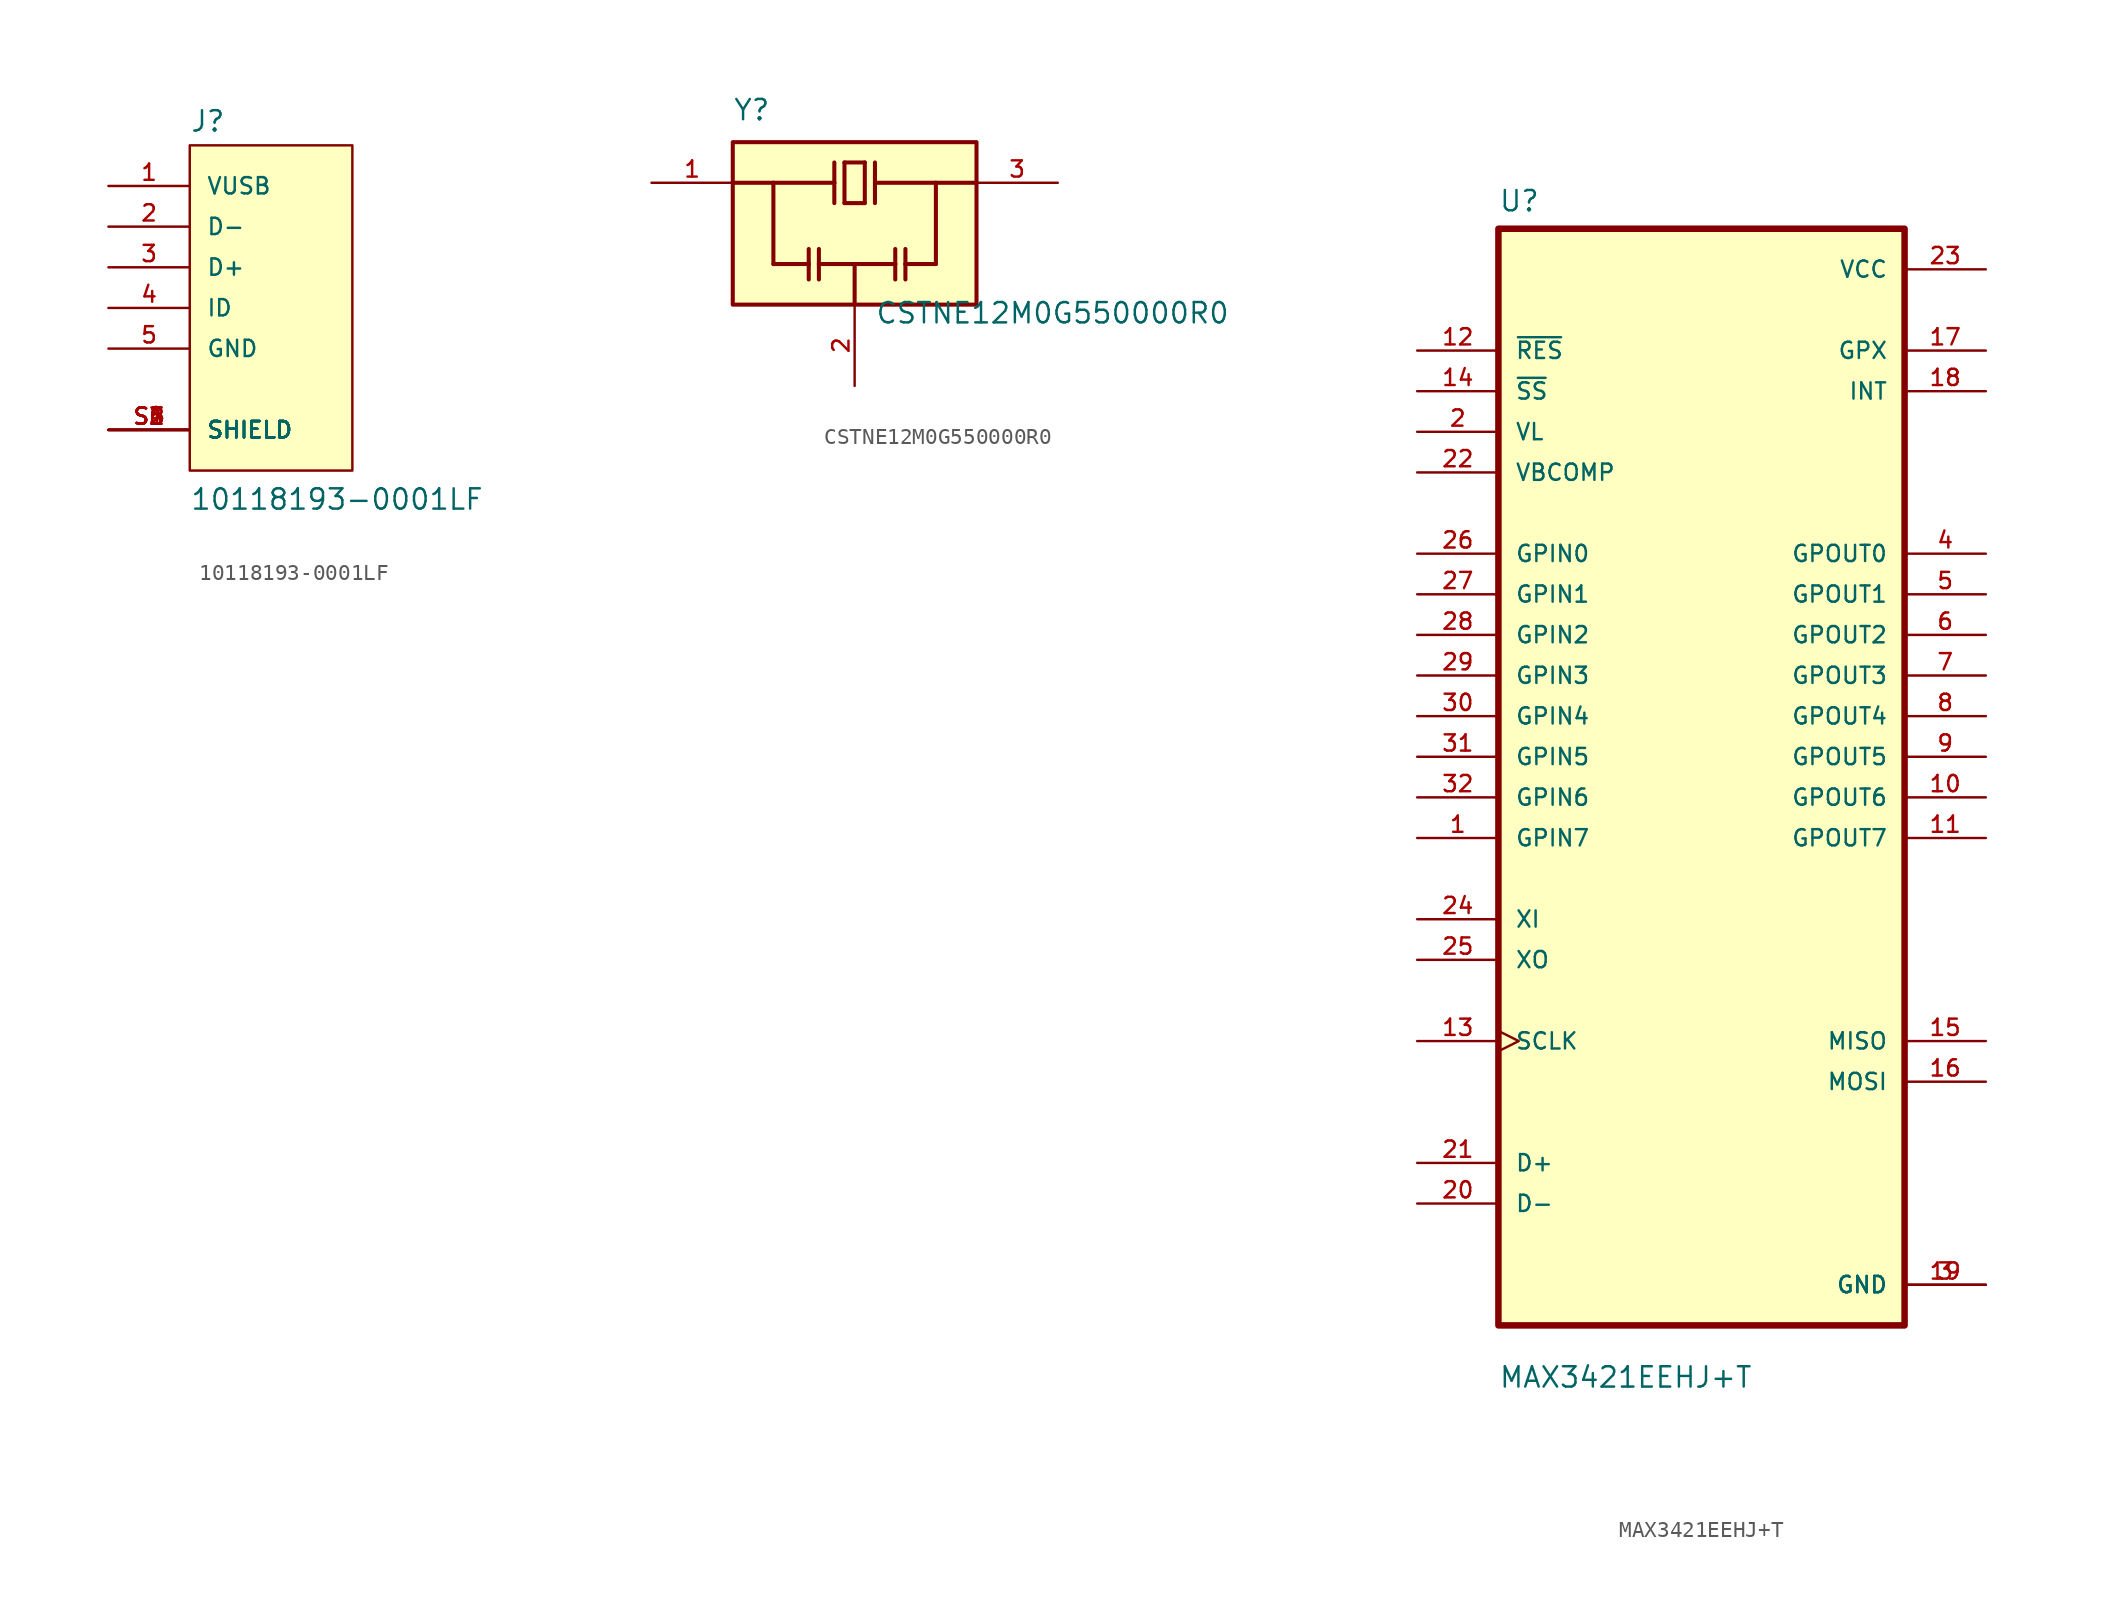
<source format=kicad_sym>
(kicad_symbol_lib
  (version 20211014)
  (generator kicad_symbol_editor)
  (symbol "10118193-0001LF"
    (pin_names
      (offset 1.016))
    (property "Reference" "J"
      (at -5.08 10.922 0)
      (effects (font (size 1.27 1.27)) (justify left bottom)))
    (property "Value" "10118193-0001LF"
      (at -5.08 -12.7 0)
      (effects (font (size 1.27 1.27)) (justify left bottom)))
    (property "ki_locked" ""
      (at 0 0 0)
      (effects (font (size 1.27 1.27))))
    (symbol "10118193-0001LF_0_0"
      (rectangle (start -5.08 -10.16) (end 5.08 10.16) (stroke (width 0.152) (type default) (color 0 0 0 0)) (fill (type background)))
      (pin passive line (at -10.16 7.62 0) (length 5.08) (name "VUSB" (effects (font (size 1.016 1.016)))) (number "1" (effects (font (size 1.016 1.016)))))
      (pin passive line (at -10.16 5.08 0) (length 5.08) (name "D-" (effects (font (size 1.016 1.016)))) (number "2" (effects (font (size 1.016 1.016)))))
      (pin passive line (at -10.16 2.54 0) (length 5.08) (name "D+" (effects (font (size 1.016 1.016)))) (number "3" (effects (font (size 1.016 1.016)))))
      (pin passive line (at -10.16 0 0) (length 5.08) (name "ID" (effects (font (size 1.016 1.016)))) (number "4" (effects (font (size 1.016 1.016)))))
      (pin passive line (at -10.16 -2.54 0) (length 5.08) (name "GND" (effects (font (size 1.016 1.016)))) (number "5" (effects (font (size 1.016 1.016)))))
      (pin passive line (at -10.16 -7.62 0) (length 5.08) (name "SHIELD" (effects (font (size 1.016 1.016)))) (number "S1" (effects (font (size 1.016 1.016)))))
      (pin passive line (at -10.16 -7.62 0) (length 5.08) (name "SHIELD" (effects (font (size 1.016 1.016)))) (number "S2" (effects (font (size 1.016 1.016)))))
      (pin passive line (at -10.16 -7.62 0) (length 5.08) (name "SHIELD" (effects (font (size 1.016 1.016)))) (number "S3" (effects (font (size 1.016 1.016)))))
      (pin passive line (at -10.16 -7.62 0) (length 5.08) (name "SHIELD" (effects (font (size 1.016 1.016)))) (number "S4" (effects (font (size 1.016 1.016)))))
      (pin passive line (at -10.16 -7.62 0) (length 5.08) (name "SHIELD" (effects (font (size 1.016 1.016)))) (number "S5" (effects (font (size 1.016 1.016)))))
      (pin passive line (at -10.16 -7.62 0) (length 5.08) (name "SHIELD" (effects (font (size 1.016 1.016)))) (number "S6" (effects (font (size 1.016 1.016)))))))
  (symbol "CSTNE12M0G550000R0"
    (pin_names
      (offset 1.016) hide)
    (property "Reference" "Y"
      (at -7.62 6.35 0)
      (effects (font (size 1.27 1.27)) (justify left bottom)))
    (property "Value" "CSTNE12M0G550000R0"
      (at 1.27 -6.35 0)
      (effects (font (size 1.27 1.27)) (justify left bottom)))
    (property "ki_locked" ""
      (at 0 0 0)
      (effects (font (size 1.27 1.27))))
    (symbol "CSTNE12M0G550000R0_0_0"
      (rectangle (start -7.62 -5.08) (end 7.62 5.08) (stroke (width 0.254) (type default) (color 0 0 0 0)) (fill (type background)))
      (polyline (pts (xy -7.62 2.54) (xy -5.08 2.54)) (stroke (width 0.254) (type default) (color 0 0 0 0)) (fill (type none)))
      (polyline (pts (xy -5.08 -2.54) (xy -5.08 2.54)) (stroke (width 0.254) (type default) (color 0 0 0 0)) (fill (type none)))
      (polyline (pts (xy -5.08 2.54) (xy -1.27 2.54)) (stroke (width 0.254) (type default) (color 0 0 0 0)) (fill (type none)))
      (polyline (pts (xy -2.87 -2.54) (xy -5.08 -2.54)) (stroke (width 0.254) (type default) (color 0 0 0 0)) (fill (type none)))
      (polyline (pts (xy -2.87 -2.54) (xy -2.87 -3.505)) (stroke (width 0.254) (type default) (color 0 0 0 0)) (fill (type none)))
      (polyline (pts (xy -2.87 -1.6) (xy -2.87 -2.54)) (stroke (width 0.254) (type default) (color 0 0 0 0)) (fill (type none)))
      (polyline (pts (xy -2.235 -2.54) (xy -2.235 -3.505)) (stroke (width 0.254) (type default) (color 0 0 0 0)) (fill (type none)))
      (polyline (pts (xy -2.235 -1.6) (xy -2.235 -2.54)) (stroke (width 0.254) (type default) (color 0 0 0 0)) (fill (type none)))
      (polyline (pts (xy -1.27 2.54) (xy -1.27 1.27)) (stroke (width 0.254) (type default) (color 0 0 0 0)) (fill (type none)))
      (polyline (pts (xy -1.27 3.81) (xy -1.27 2.54)) (stroke (width 0.254) (type default) (color 0 0 0 0)) (fill (type none)))
      (polyline (pts (xy -0.635 1.27) (xy -0.635 3.81)) (stroke (width 0.254) (type default) (color 0 0 0 0)) (fill (type none)))
      (polyline (pts (xy -0.635 3.81) (xy 0.635 3.81)) (stroke (width 0.254) (type default) (color 0 0 0 0)) (fill (type none)))
      (polyline (pts (xy 0 -5.08) (xy 0 -2.54)) (stroke (width 0.254) (type default) (color 0 0 0 0)) (fill (type none)))
      (polyline (pts (xy 0 -2.54) (xy -2.235 -2.54)) (stroke (width 0.254) (type default) (color 0 0 0 0)) (fill (type none)))
      (polyline (pts (xy 0 -2.54) (xy 2.54 -2.54)) (stroke (width 0.254) (type default) (color 0 0 0 0)) (fill (type none)))
      (polyline (pts (xy 0.635 1.27) (xy -0.635 1.27)) (stroke (width 0.254) (type default) (color 0 0 0 0)) (fill (type none)))
      (polyline (pts (xy 0.635 3.81) (xy 0.635 1.27)) (stroke (width 0.254) (type default) (color 0 0 0 0)) (fill (type none)))
      (polyline (pts (xy 1.27 2.54) (xy 1.27 1.27)) (stroke (width 0.254) (type default) (color 0 0 0 0)) (fill (type none)))
      (polyline (pts (xy 1.27 2.54) (xy 5.08 2.54)) (stroke (width 0.254) (type default) (color 0 0 0 0)) (fill (type none)))
      (polyline (pts (xy 1.27 3.81) (xy 1.27 2.54)) (stroke (width 0.254) (type default) (color 0 0 0 0)) (fill (type none)))
      (polyline (pts (xy 2.54 -2.54) (xy 2.54 -3.505)) (stroke (width 0.254) (type default) (color 0 0 0 0)) (fill (type none)))
      (polyline (pts (xy 2.54 -1.6) (xy 2.54 -2.54)) (stroke (width 0.254) (type default) (color 0 0 0 0)) (fill (type none)))
      (polyline (pts (xy 3.175 -2.54) (xy 3.175 -3.505)) (stroke (width 0.254) (type default) (color 0 0 0 0)) (fill (type none)))
      (polyline (pts (xy 3.175 -2.54) (xy 5.08 -2.54)) (stroke (width 0.254) (type default) (color 0 0 0 0)) (fill (type none)))
      (polyline (pts (xy 3.175 -1.6) (xy 3.175 -2.54)) (stroke (width 0.254) (type default) (color 0 0 0 0)) (fill (type none)))
      (polyline (pts (xy 5.08 -2.54) (xy 5.08 2.54)) (stroke (width 0.254) (type default) (color 0 0 0 0)) (fill (type none)))
      (polyline (pts (xy 5.08 2.54) (xy 7.62 2.54)) (stroke (width 0.254) (type default) (color 0 0 0 0)) (fill (type none)))
      (pin input line (at -12.7 2.54 0) (length 5.08) (name "~" (effects (font (size 1.016 1.016)))) (number "1" (effects (font (size 1.016 1.016)))))
      (pin power_in line (at 0 -10.16 90) (length 5.08) (name "~" (effects (font (size 1.016 1.016)))) (number "2" (effects (font (size 1.016 1.016)))))
      (pin output line (at 12.7 2.54 180) (length 5.08) (name "~" (effects (font (size 1.016 1.016)))) (number "3" (effects (font (size 1.016 1.016)))))))
  (symbol "MAX3421EEHJ+T"
    (pin_names
      (offset 1.016))
    (property "Reference" "U"
      (at -12.7 34.011 0)
      (effects (font (size 1.27 1.27)) (justify left bottom)))
    (property "Value" "MAX3421EEHJ+T"
      (at -12.7 -39.548 0)
      (effects (font (size 1.27 1.27)) (justify left bottom)))
    (property "ki_locked" ""
      (at 0 0 0)
      (effects (font (size 1.27 1.27))))
    (symbol "MAX3421EEHJ+T_0_0"
      (rectangle (start -12.7 -35.56) (end 12.7 33.02) (stroke (width 0.406) (type default) (color 0 0 0 0)) (fill (type background)))
      (pin input line (at -17.78 -5.08 0) (length 5.08) (name "GPIN7" (effects (font (size 1.016 1.016)))) (number "1" (effects (font (size 1.016 1.016)))))
      (pin output line (at 17.78 -2.54 180) (length 5.08) (name "GPOUT6" (effects (font (size 1.016 1.016)))) (number "10" (effects (font (size 1.016 1.016)))))
      (pin output line (at 17.78 -5.08 180) (length 5.08) (name "GPOUT7" (effects (font (size 1.016 1.016)))) (number "11" (effects (font (size 1.016 1.016)))))
      (pin input line (at -17.78 25.4 0) (length 5.08) (name "~{RES}" (effects (font (size 1.016 1.016)))) (number "12" (effects (font (size 1.016 1.016)))))
      (pin input clock (at -17.78 -17.78 0) (length 5.08) (name "SCLK" (effects (font (size 1.016 1.016)))) (number "13" (effects (font (size 1.016 1.016)))))
      (pin input line (at -17.78 22.86 0) (length 5.08) (name "~{SS}" (effects (font (size 1.016 1.016)))) (number "14" (effects (font (size 1.016 1.016)))))
      (pin output line (at 17.78 -17.78 180) (length 5.08) (name "MISO" (effects (font (size 1.016 1.016)))) (number "15" (effects (font (size 1.016 1.016)))))
      (pin bidirectional line (at 17.78 -20.32 180) (length 5.08) (name "MOSI" (effects (font (size 1.016 1.016)))) (number "16" (effects (font (size 1.016 1.016)))))
      (pin output line (at 17.78 25.4 180) (length 5.08) (name "GPX" (effects (font (size 1.016 1.016)))) (number "17" (effects (font (size 1.016 1.016)))))
      (pin output line (at 17.78 22.86 180) (length 5.08) (name "INT" (effects (font (size 1.016 1.016)))) (number "18" (effects (font (size 1.016 1.016)))))
      (pin power_in line (at 17.78 -33.02 180) (length 5.08) (name "GND" (effects (font (size 1.016 1.016)))) (number "19" (effects (font (size 1.016 1.016)))))
      (pin input line (at -17.78 20.32 0) (length 5.08) (name "VL" (effects (font (size 1.016 1.016)))) (number "2" (effects (font (size 1.016 1.016)))))
      (pin bidirectional line (at -17.78 -27.94 0) (length 5.08) (name "D-" (effects (font (size 1.016 1.016)))) (number "20" (effects (font (size 1.016 1.016)))))
      (pin bidirectional line (at -17.78 -25.4 0) (length 5.08) (name "D+" (effects (font (size 1.016 1.016)))) (number "21" (effects (font (size 1.016 1.016)))))
      (pin input line (at -17.78 17.78 0) (length 5.08) (name "VBCOMP" (effects (font (size 1.016 1.016)))) (number "22" (effects (font (size 1.016 1.016)))))
      (pin power_in line (at 17.78 30.48 180) (length 5.08) (name "VCC" (effects (font (size 1.016 1.016)))) (number "23" (effects (font (size 1.016 1.016)))))
      (pin input line (at -17.78 -10.16 0) (length 5.08) (name "XI" (effects (font (size 1.016 1.016)))) (number "24" (effects (font (size 1.016 1.016)))))
      (pin output line (at -17.78 -12.7 0) (length 5.08) (name "XO" (effects (font (size 1.016 1.016)))) (number "25" (effects (font (size 1.016 1.016)))))
      (pin input line (at -17.78 12.7 0) (length 5.08) (name "GPIN0" (effects (font (size 1.016 1.016)))) (number "26" (effects (font (size 1.016 1.016)))))
      (pin input line (at -17.78 10.16 0) (length 5.08) (name "GPIN1" (effects (font (size 1.016 1.016)))) (number "27" (effects (font (size 1.016 1.016)))))
      (pin input line (at -17.78 7.62 0) (length 5.08) (name "GPIN2" (effects (font (size 1.016 1.016)))) (number "28" (effects (font (size 1.016 1.016)))))
      (pin input line (at -17.78 5.08 0) (length 5.08) (name "GPIN3" (effects (font (size 1.016 1.016)))) (number "29" (effects (font (size 1.016 1.016)))))
      (pin power_in line (at 17.78 -33.02 180) (length 5.08) (name "GND" (effects (font (size 1.016 1.016)))) (number "3" (effects (font (size 1.016 1.016)))))
      (pin input line (at -17.78 2.54 0) (length 5.08) (name "GPIN4" (effects (font (size 1.016 1.016)))) (number "30" (effects (font (size 1.016 1.016)))))
      (pin input line (at -17.78 0 0) (length 5.08) (name "GPIN5" (effects (font (size 1.016 1.016)))) (number "31" (effects (font (size 1.016 1.016)))))
      (pin input line (at -17.78 -2.54 0) (length 5.08) (name "GPIN6" (effects (font (size 1.016 1.016)))) (number "32" (effects (font (size 1.016 1.016)))))
      (pin output line (at 17.78 12.7 180) (length 5.08) (name "GPOUT0" (effects (font (size 1.016 1.016)))) (number "4" (effects (font (size 1.016 1.016)))))
      (pin output line (at 17.78 10.16 180) (length 5.08) (name "GPOUT1" (effects (font (size 1.016 1.016)))) (number "5" (effects (font (size 1.016 1.016)))))
      (pin output line (at 17.78 7.62 180) (length 5.08) (name "GPOUT2" (effects (font (size 1.016 1.016)))) (number "6" (effects (font (size 1.016 1.016)))))
      (pin output line (at 17.78 5.08 180) (length 5.08) (name "GPOUT3" (effects (font (size 1.016 1.016)))) (number "7" (effects (font (size 1.016 1.016)))))
      (pin output line (at 17.78 2.54 180) (length 5.08) (name "GPOUT4" (effects (font (size 1.016 1.016)))) (number "8" (effects (font (size 1.016 1.016)))))
      (pin output line (at 17.78 0 180) (length 5.08) (name "GPOUT5" (effects (font (size 1.016 1.016)))) (number "9" (effects (font (size 1.016 1.016))))))))
</source>
